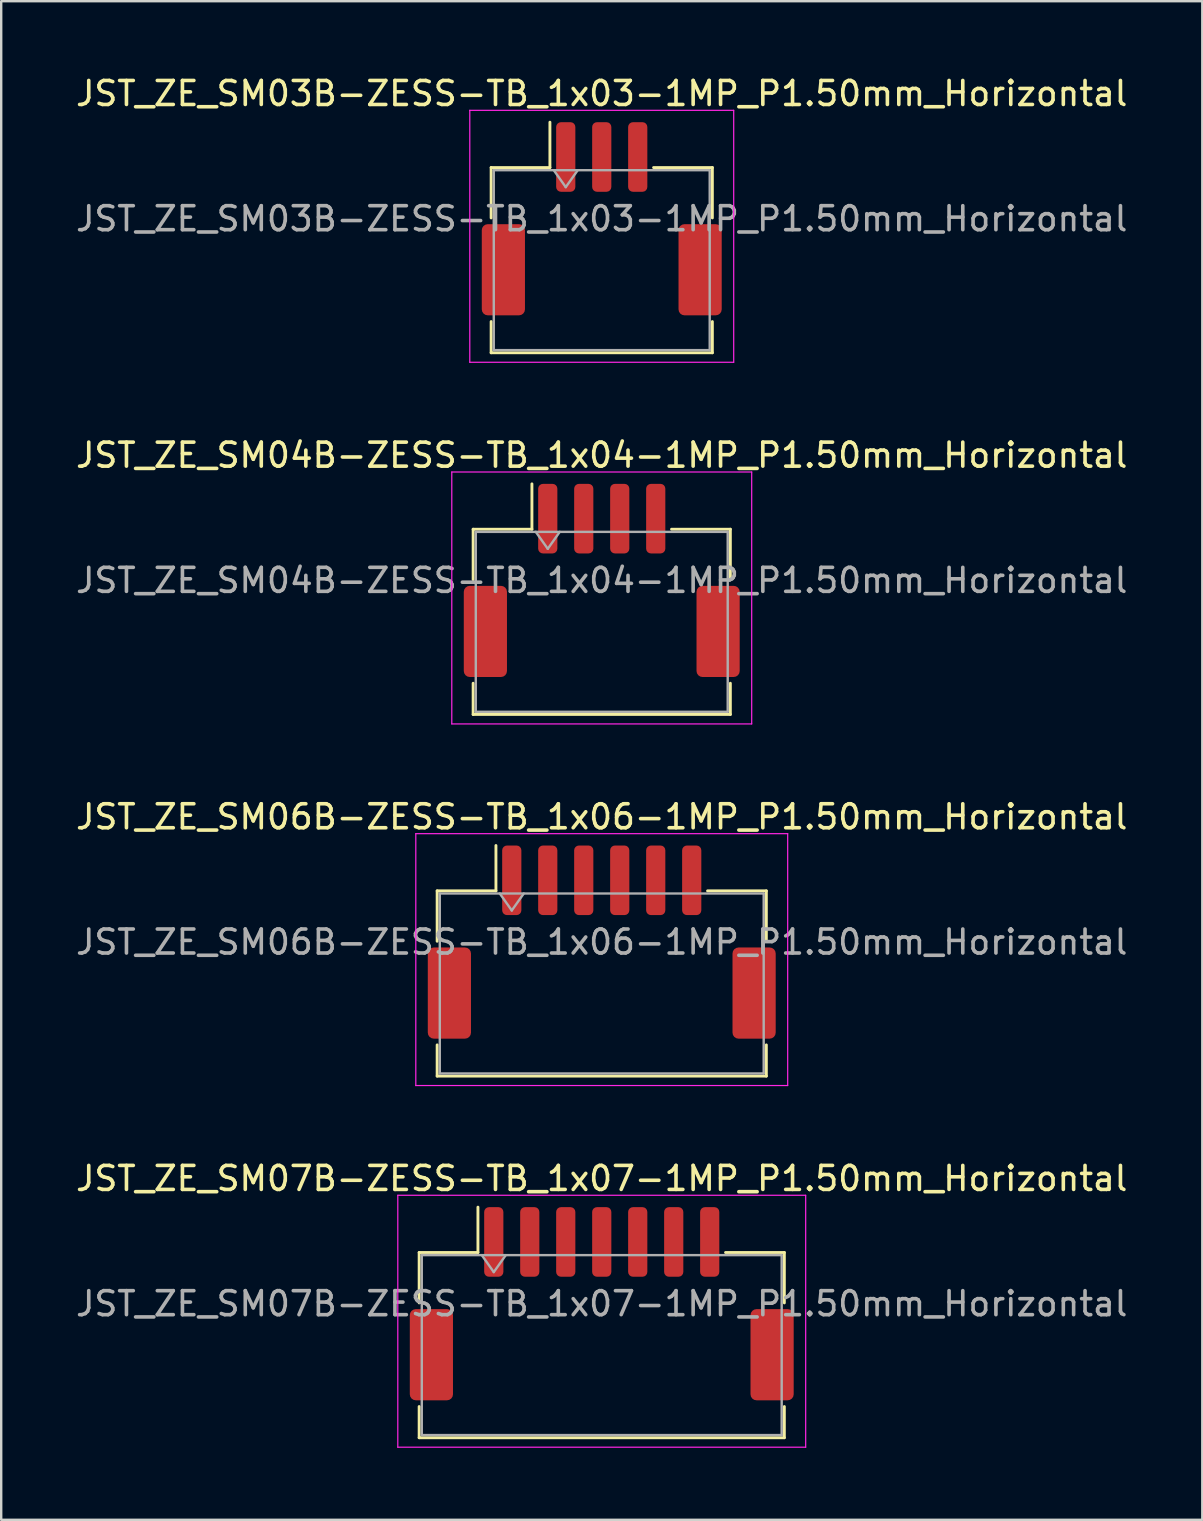
<source format=kicad_pcb>
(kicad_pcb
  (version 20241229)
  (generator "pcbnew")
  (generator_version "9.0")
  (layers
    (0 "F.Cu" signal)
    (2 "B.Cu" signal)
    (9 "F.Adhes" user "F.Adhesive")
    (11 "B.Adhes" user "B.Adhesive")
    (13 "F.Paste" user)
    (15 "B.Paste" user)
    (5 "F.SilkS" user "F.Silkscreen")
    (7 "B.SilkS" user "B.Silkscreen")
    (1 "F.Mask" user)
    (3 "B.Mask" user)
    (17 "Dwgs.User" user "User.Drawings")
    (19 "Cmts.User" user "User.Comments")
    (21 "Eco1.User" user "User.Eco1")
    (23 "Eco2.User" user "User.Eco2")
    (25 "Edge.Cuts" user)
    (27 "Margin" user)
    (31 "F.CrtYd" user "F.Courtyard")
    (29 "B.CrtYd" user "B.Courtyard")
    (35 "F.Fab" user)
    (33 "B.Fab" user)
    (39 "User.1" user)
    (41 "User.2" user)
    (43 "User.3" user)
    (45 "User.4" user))
  (footprint "JST_ZE_SM04B-ZESS-TB_1x04-1MP_P1.50mm_Horizontal"
    (layer "F.Cu")
    (at 22.03 21.142)
    (property "Reference" "JST_ZE_SM04B-ZESS-TB_1x04-1MP_P1.50mm_Horizontal" (at 0 -5.22 0) (layer "F.SilkS") (effects (font (size 1 1) (thickness 0.15))))
    (attr smd)
    (fp_line (start -5.36 -2.135) (end -2.91 -2.135) (stroke (width 0.12) (type solid)) (layer "F.SilkS"))
    (fp_line (start -5.36 -0.035) (end -5.36 -2.135) (stroke (width 0.12) (type solid)) (layer "F.SilkS"))
    (fp_line (start -5.36 4.285) (end -5.36 5.585) (stroke (width 0.12) (type solid)) (layer "F.SilkS"))
    (fp_line (start -5.36 5.585) (end 5.36 5.585) (stroke (width 0.12) (type solid)) (layer "F.SilkS"))
    (fp_line (start -2.91 -2.135) (end -2.91 -4.025) (stroke (width 0.12) (type solid)) (layer "F.SilkS"))
    (fp_line (start 5.36 -2.135) (end 2.91 -2.135) (stroke (width 0.12) (type solid)) (layer "F.SilkS"))
    (fp_line (start 5.36 -0.035) (end 5.36 -2.135) (stroke (width 0.12) (type solid)) (layer "F.SilkS"))
    (fp_line (start 5.36 5.585) (end 5.36 4.285) (stroke (width 0.12) (type solid)) (layer "F.SilkS"))
    (fp_line (start -6.25 -4.52) (end -6.25 5.98) (stroke (width 0.05) (type solid)) (layer "F.CrtYd"))
    (fp_line (start -6.25 5.98) (end 6.25 5.98) (stroke (width 0.05) (type solid)) (layer "F.CrtYd"))
    (fp_line (start 6.25 -4.52) (end -6.25 -4.52) (stroke (width 0.05) (type solid)) (layer "F.CrtYd"))
    (fp_line (start 6.25 5.98) (end 6.25 -4.52) (stroke (width 0.05) (type solid)) (layer "F.CrtYd"))
    (fp_line (start -5.25 -2.025) (end -5.25 5.475) (stroke (width 0.1) (type solid)) (layer "F.Fab"))
    (fp_line (start -5.25 -2.025) (end 5.25 -2.025) (stroke (width 0.1) (type solid)) (layer "F.Fab"))
    (fp_line (start -5.25 5.475) (end 5.25 5.475) (stroke (width 0.1) (type solid)) (layer "F.Fab"))
    (fp_line (start -2.75 -2.025) (end -2.25 -1.318) (stroke (width 0.1) (type solid)) (layer "F.Fab"))
    (fp_line (start -2.25 -1.318) (end -1.75 -2.025) (stroke (width 0.1) (type solid)) (layer "F.Fab"))
    (fp_line (start 5.25 -2.025) (end 5.25 5.475) (stroke (width 0.1) (type solid)) (layer "F.Fab"))
    (fp_text user "${REFERENCE}" (at 0 0 0) (layer "F.Fab") (effects (font (size 1 1) (thickness 0.15))))
    (pad "1" smd roundrect (at -2.25 -2.575) (size 0.8 2.9) (layers "F.Cu" "F.Mask" "F.Paste") (roundrect_rratio 0.25))
    (pad "2" smd roundrect (at -0.75 -2.575) (size 0.8 2.9) (layers "F.Cu" "F.Mask" "F.Paste") (roundrect_rratio 0.25))
    (pad "3" smd roundrect (at 0.75 -2.575) (size 0.8 2.9) (layers "F.Cu" "F.Mask" "F.Paste") (roundrect_rratio 0.25))
    (pad "4" smd roundrect (at 2.25 -2.575) (size 0.8 2.9) (layers "F.Cu" "F.Mask" "F.Paste") (roundrect_rratio 0.25))
    (pad "MP" smd roundrect (at -4.85 2.125) (size 1.8 3.8) (layers "F.Cu" "F.Mask" "F.Paste") (roundrect_rratio 0.139))
    (pad "MP" smd roundrect (at 4.85 2.125) (size 1.8 3.8) (layers "F.Cu" "F.Mask" "F.Paste") (roundrect_rratio 0.139)))
  (footprint "JST_ZE_SM03B-ZESS-TB_1x03-1MP_P1.50mm_Horizontal"
    (layer "F.Cu")
    (at 22.03 6.068)
    (property "Reference" "JST_ZE_SM03B-ZESS-TB_1x03-1MP_P1.50mm_Horizontal" (at 0 -5.22 0) (layer "F.SilkS") (effects (font (size 1 1) (thickness 0.15))))
    (attr smd)
    (fp_line (start -4.61 -2.135) (end -2.16 -2.135) (stroke (width 0.12) (type solid)) (layer "F.SilkS"))
    (fp_line (start -4.61 -0.035) (end -4.61 -2.135) (stroke (width 0.12) (type solid)) (layer "F.SilkS"))
    (fp_line (start -4.61 4.285) (end -4.61 5.585) (stroke (width 0.12) (type solid)) (layer "F.SilkS"))
    (fp_line (start -4.61 5.585) (end 4.61 5.585) (stroke (width 0.12) (type solid)) (layer "F.SilkS"))
    (fp_line (start -2.16 -2.135) (end -2.16 -4.025) (stroke (width 0.12) (type solid)) (layer "F.SilkS"))
    (fp_line (start 4.61 -2.135) (end 2.16 -2.135) (stroke (width 0.12) (type solid)) (layer "F.SilkS"))
    (fp_line (start 4.61 -0.035) (end 4.61 -2.135) (stroke (width 0.12) (type solid)) (layer "F.SilkS"))
    (fp_line (start 4.61 5.585) (end 4.61 4.285) (stroke (width 0.12) (type solid)) (layer "F.SilkS"))
    (fp_line (start -5.5 -4.52) (end -5.5 5.98) (stroke (width 0.05) (type solid)) (layer "F.CrtYd"))
    (fp_line (start -5.5 5.98) (end 5.5 5.98) (stroke (width 0.05) (type solid)) (layer "F.CrtYd"))
    (fp_line (start 5.5 -4.52) (end -5.5 -4.52) (stroke (width 0.05) (type solid)) (layer "F.CrtYd"))
    (fp_line (start 5.5 5.98) (end 5.5 -4.52) (stroke (width 0.05) (type solid)) (layer "F.CrtYd"))
    (fp_line (start -4.5 -2.025) (end -4.5 5.475) (stroke (width 0.1) (type solid)) (layer "F.Fab"))
    (fp_line (start -4.5 -2.025) (end 4.5 -2.025) (stroke (width 0.1) (type solid)) (layer "F.Fab"))
    (fp_line (start -4.5 5.475) (end 4.5 5.475) (stroke (width 0.1) (type solid)) (layer "F.Fab"))
    (fp_line (start -2 -2.025) (end -1.5 -1.318) (stroke (width 0.1) (type solid)) (layer "F.Fab"))
    (fp_line (start -1.5 -1.318) (end -1 -2.025) (stroke (width 0.1) (type solid)) (layer "F.Fab"))
    (fp_line (start 4.5 -2.025) (end 4.5 5.475) (stroke (width 0.1) (type solid)) (layer "F.Fab"))
    (fp_text user "${REFERENCE}" (at 0 0 0) (layer "F.Fab") (effects (font (size 1 1) (thickness 0.15))))
    (pad "1" smd roundrect (at -1.5 -2.575) (size 0.8 2.9) (layers "F.Cu" "F.Mask" "F.Paste") (roundrect_rratio 0.25))
    (pad "2" smd roundrect (at 0 -2.575) (size 0.8 2.9) (layers "F.Cu" "F.Mask" "F.Paste") (roundrect_rratio 0.25))
    (pad "3" smd roundrect (at 1.5 -2.575) (size 0.8 2.9) (layers "F.Cu" "F.Mask" "F.Paste") (roundrect_rratio 0.25))
    (pad "MP" smd roundrect (at -4.1 2.125) (size 1.8 3.8) (layers "F.Cu" "F.Mask" "F.Paste") (roundrect_rratio 0.139))
    (pad "MP" smd roundrect (at 4.1 2.125) (size 1.8 3.8) (layers "F.Cu" "F.Mask" "F.Paste") (roundrect_rratio 0.139)))
  (footprint "JST_ZE_SM07B-ZESS-TB_1x07-1MP_P1.50mm_Horizontal"
    (layer "F.Cu")
    (at 22.03 51.288)
    (property "Reference" "JST_ZE_SM07B-ZESS-TB_1x07-1MP_P1.50mm_Horizontal" (at 0 -5.22 0) (layer "F.SilkS") (effects (font (size 1 1) (thickness 0.15))))
    (attr smd)
    (fp_line (start -7.61 -2.135) (end -5.16 -2.135) (stroke (width 0.12) (type solid)) (layer "F.SilkS"))
    (fp_line (start -7.61 -0.035) (end -7.61 -2.135) (stroke (width 0.12) (type solid)) (layer "F.SilkS"))
    (fp_line (start -7.61 4.285) (end -7.61 5.585) (stroke (width 0.12) (type solid)) (layer "F.SilkS"))
    (fp_line (start -7.61 5.585) (end 7.61 5.585) (stroke (width 0.12) (type solid)) (layer "F.SilkS"))
    (fp_line (start -5.16 -2.135) (end -5.16 -4.025) (stroke (width 0.12) (type solid)) (layer "F.SilkS"))
    (fp_line (start 7.61 -2.135) (end 5.16 -2.135) (stroke (width 0.12) (type solid)) (layer "F.SilkS"))
    (fp_line (start 7.61 -0.035) (end 7.61 -2.135) (stroke (width 0.12) (type solid)) (layer "F.SilkS"))
    (fp_line (start 7.61 5.585) (end 7.61 4.285) (stroke (width 0.12) (type solid)) (layer "F.SilkS"))
    (fp_line (start -8.5 -4.52) (end -8.5 5.98) (stroke (width 0.05) (type solid)) (layer "F.CrtYd"))
    (fp_line (start -8.5 5.98) (end 8.5 5.98) (stroke (width 0.05) (type solid)) (layer "F.CrtYd"))
    (fp_line (start 8.5 -4.52) (end -8.5 -4.52) (stroke (width 0.05) (type solid)) (layer "F.CrtYd"))
    (fp_line (start 8.5 5.98) (end 8.5 -4.52) (stroke (width 0.05) (type solid)) (layer "F.CrtYd"))
    (fp_line (start -7.5 -2.025) (end -7.5 5.475) (stroke (width 0.1) (type solid)) (layer "F.Fab"))
    (fp_line (start -7.5 -2.025) (end 7.5 -2.025) (stroke (width 0.1) (type solid)) (layer "F.Fab"))
    (fp_line (start -7.5 5.475) (end 7.5 5.475) (stroke (width 0.1) (type solid)) (layer "F.Fab"))
    (fp_line (start -5 -2.025) (end -4.5 -1.318) (stroke (width 0.1) (type solid)) (layer "F.Fab"))
    (fp_line (start -4.5 -1.318) (end -4 -2.025) (stroke (width 0.1) (type solid)) (layer "F.Fab"))
    (fp_line (start 7.5 -2.025) (end 7.5 5.475) (stroke (width 0.1) (type solid)) (layer "F.Fab"))
    (fp_text user "${REFERENCE}" (at 0 0 0) (layer "F.Fab") (effects (font (size 1 1) (thickness 0.15))))
    (pad "1" smd roundrect (at -4.5 -2.575) (size 0.8 2.9) (layers "F.Cu" "F.Mask" "F.Paste") (roundrect_rratio 0.25))
    (pad "2" smd roundrect (at -3 -2.575) (size 0.8 2.9) (layers "F.Cu" "F.Mask" "F.Paste") (roundrect_rratio 0.25))
    (pad "3" smd roundrect (at -1.5 -2.575) (size 0.8 2.9) (layers "F.Cu" "F.Mask" "F.Paste") (roundrect_rratio 0.25))
    (pad "4" smd roundrect (at 0 -2.575) (size 0.8 2.9) (layers "F.Cu" "F.Mask" "F.Paste") (roundrect_rratio 0.25))
    (pad "5" smd roundrect (at 1.5 -2.575) (size 0.8 2.9) (layers "F.Cu" "F.Mask" "F.Paste") (roundrect_rratio 0.25))
    (pad "6" smd roundrect (at 3 -2.575) (size 0.8 2.9) (layers "F.Cu" "F.Mask" "F.Paste") (roundrect_rratio 0.25))
    (pad "7" smd roundrect (at 4.5 -2.575) (size 0.8 2.9) (layers "F.Cu" "F.Mask" "F.Paste") (roundrect_rratio 0.25))
    (pad "MP" smd roundrect (at -7.1 2.125) (size 1.8 3.8) (layers "F.Cu" "F.Mask" "F.Paste") (roundrect_rratio 0.139))
    (pad "MP" smd roundrect (at 7.1 2.125) (size 1.8 3.8) (layers "F.Cu" "F.Mask" "F.Paste") (roundrect_rratio 0.139)))
  (footprint "JST_ZE_SM06B-ZESS-TB_1x06-1MP_P1.50mm_Horizontal"
    (layer "F.Cu")
    (at 22.03 36.215)
    (property "Reference" "JST_ZE_SM06B-ZESS-TB_1x06-1MP_P1.50mm_Horizontal" (at 0 -5.22 0) (layer "F.SilkS") (effects (font (size 1 1) (thickness 0.15))))
    (attr smd)
    (fp_line (start -6.86 -2.135) (end -4.41 -2.135) (stroke (width 0.12) (type solid)) (layer "F.SilkS"))
    (fp_line (start -6.86 -0.035) (end -6.86 -2.135) (stroke (width 0.12) (type solid)) (layer "F.SilkS"))
    (fp_line (start -6.86 4.285) (end -6.86 5.585) (stroke (width 0.12) (type solid)) (layer "F.SilkS"))
    (fp_line (start -6.86 5.585) (end 6.86 5.585) (stroke (width 0.12) (type solid)) (layer "F.SilkS"))
    (fp_line (start -4.41 -2.135) (end -4.41 -4.025) (stroke (width 0.12) (type solid)) (layer "F.SilkS"))
    (fp_line (start 6.86 -2.135) (end 4.41 -2.135) (stroke (width 0.12) (type solid)) (layer "F.SilkS"))
    (fp_line (start 6.86 -0.035) (end 6.86 -2.135) (stroke (width 0.12) (type solid)) (layer "F.SilkS"))
    (fp_line (start 6.86 5.585) (end 6.86 4.285) (stroke (width 0.12) (type solid)) (layer "F.SilkS"))
    (fp_line (start -7.75 -4.52) (end -7.75 5.98) (stroke (width 0.05) (type solid)) (layer "F.CrtYd"))
    (fp_line (start -7.75 5.98) (end 7.75 5.98) (stroke (width 0.05) (type solid)) (layer "F.CrtYd"))
    (fp_line (start 7.75 -4.52) (end -7.75 -4.52) (stroke (width 0.05) (type solid)) (layer "F.CrtYd"))
    (fp_line (start 7.75 5.98) (end 7.75 -4.52) (stroke (width 0.05) (type solid)) (layer "F.CrtYd"))
    (fp_line (start -6.75 -2.025) (end -6.75 5.475) (stroke (width 0.1) (type solid)) (layer "F.Fab"))
    (fp_line (start -6.75 -2.025) (end 6.75 -2.025) (stroke (width 0.1) (type solid)) (layer "F.Fab"))
    (fp_line (start -6.75 5.475) (end 6.75 5.475) (stroke (width 0.1) (type solid)) (layer "F.Fab"))
    (fp_line (start -4.25 -2.025) (end -3.75 -1.318) (stroke (width 0.1) (type solid)) (layer "F.Fab"))
    (fp_line (start -3.75 -1.318) (end -3.25 -2.025) (stroke (width 0.1) (type solid)) (layer "F.Fab"))
    (fp_line (start 6.75 -2.025) (end 6.75 5.475) (stroke (width 0.1) (type solid)) (layer "F.Fab"))
    (fp_text user "${REFERENCE}" (at 0 0 0) (layer "F.Fab") (effects (font (size 1 1) (thickness 0.15))))
    (pad "1" smd roundrect (at -3.75 -2.575) (size 0.8 2.9) (layers "F.Cu" "F.Mask" "F.Paste") (roundrect_rratio 0.25))
    (pad "2" smd roundrect (at -2.25 -2.575) (size 0.8 2.9) (layers "F.Cu" "F.Mask" "F.Paste") (roundrect_rratio 0.25))
    (pad "3" smd roundrect (at -0.75 -2.575) (size 0.8 2.9) (layers "F.Cu" "F.Mask" "F.Paste") (roundrect_rratio 0.25))
    (pad "4" smd roundrect (at 0.75 -2.575) (size 0.8 2.9) (layers "F.Cu" "F.Mask" "F.Paste") (roundrect_rratio 0.25))
    (pad "5" smd roundrect (at 2.25 -2.575) (size 0.8 2.9) (layers "F.Cu" "F.Mask" "F.Paste") (roundrect_rratio 0.25))
    (pad "6" smd roundrect (at 3.75 -2.575) (size 0.8 2.9) (layers "F.Cu" "F.Mask" "F.Paste") (roundrect_rratio 0.25))
    (pad "MP" smd roundrect (at -6.35 2.125) (size 1.8 3.8) (layers "F.Cu" "F.Mask" "F.Paste") (roundrect_rratio 0.139))
    (pad "MP" smd roundrect (at 6.35 2.125) (size 1.8 3.8) (layers "F.Cu" "F.Mask" "F.Paste") (roundrect_rratio 0.139)))
  (gr_rect
    (start -3 -3)
    (end 47.06 60.293)
    (stroke (width 0.1) (type default))
    (fill no)
    (layer "Edge.Cuts")))
</source>
